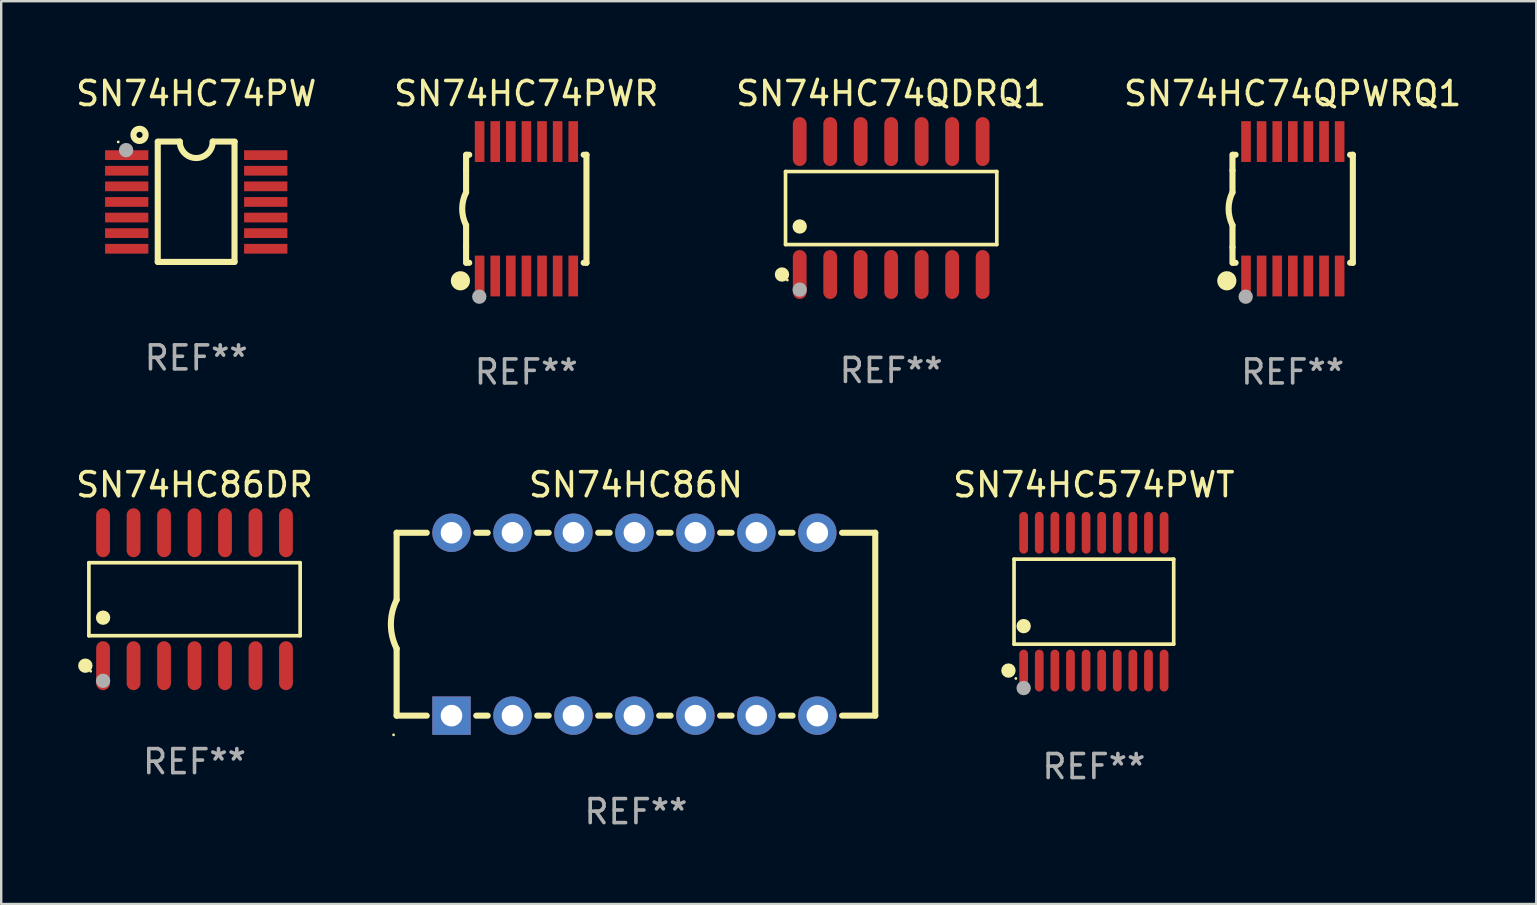
<source format=kicad_pcb>
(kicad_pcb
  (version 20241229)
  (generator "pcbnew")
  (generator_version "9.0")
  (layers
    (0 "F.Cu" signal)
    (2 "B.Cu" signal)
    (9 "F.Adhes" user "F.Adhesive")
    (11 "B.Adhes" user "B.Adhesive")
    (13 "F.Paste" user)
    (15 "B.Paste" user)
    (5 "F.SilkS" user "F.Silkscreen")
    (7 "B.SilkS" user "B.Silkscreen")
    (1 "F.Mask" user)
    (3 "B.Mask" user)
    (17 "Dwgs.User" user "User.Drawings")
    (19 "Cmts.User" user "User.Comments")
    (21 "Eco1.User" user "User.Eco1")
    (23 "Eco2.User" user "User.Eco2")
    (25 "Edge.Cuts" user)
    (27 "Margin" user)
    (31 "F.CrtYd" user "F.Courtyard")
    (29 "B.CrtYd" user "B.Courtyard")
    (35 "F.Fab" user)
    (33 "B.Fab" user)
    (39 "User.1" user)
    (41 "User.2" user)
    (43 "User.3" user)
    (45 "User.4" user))
  (footprint "SN74HC74PW"
    (layer "F.Cu")
    (at 5.125 5.355)
    (property "Reference" "SN74HC74PW" (at 0 -4.507 0) (layer "F.SilkS") (effects (font (size 1 1) (thickness 0.15))))
    (attr through_hole)
    (fp_line (start -1.603 2.507) (end -1.603 -2.494) (stroke (width 0.254) (type solid)) (layer "F.SilkS"))
    (fp_line (start -1.603 2.507) (end 1.595 2.507) (stroke (width 0.254) (type solid)) (layer "F.SilkS"))
    (fp_line (start -1.6 -2.507) (end -0.686 -2.507) (stroke (width 0.254) (type solid)) (layer "F.SilkS"))
    (fp_line (start 0.686 -2.507) (end 1.6 -2.507) (stroke (width 0.254) (type solid)) (layer "F.SilkS"))
    (fp_line (start 1.595 2.507) (end 1.595 -2.494) (stroke (width 0.254) (type solid)) (layer "F.SilkS"))
    (fp_arc (start 0.685852 -2.506998) (mid 0.000051 -1.821197) (end -0.68575 -2.506998) (stroke (width 0.254001) (type solid)) (layer "F.SilkS"))
    (fp_circle (center -3.25 -2.492) (end -3.22 -2.492) (stroke (width 0.06) (type solid)) (fill no) (layer "F.SilkS"))
    (fp_circle (center -2.362 -2.786) (end -2.108 -2.786) (stroke (width 0.254) (type solid)) (fill no) (layer "F.SilkS"))
    (fp_circle (center -2.921 -2.151) (end -2.771 -2.151) (stroke (width 0.3) (type solid)) (fill no) (layer "F.Fab"))
    (fp_text user "REF**" (at 0 6.507 0) (layer "F.Fab") (effects (font (size 1 1) (thickness 0.15))))
    (pad "1" smd rect (at -2.896 -1.942) (size 1.803 0.406) (layers "F.Cu" "F.Mask" "F.Paste"))
    (pad "2" smd rect (at -2.896 -1.292) (size 1.803 0.406) (layers "F.Cu" "F.Mask" "F.Paste"))
    (pad "3" smd rect (at -2.896 -0.642) (size 1.803 0.406) (layers "F.Cu" "F.Mask" "F.Paste"))
    (pad "4" smd rect (at -2.896 0.008) (size 1.803 0.406) (layers "F.Cu" "F.Mask" "F.Paste"))
    (pad "5" smd rect (at -2.896 0.658) (size 1.803 0.406) (layers "F.Cu" "F.Mask" "F.Paste"))
    (pad "6" smd rect (at -2.896 1.308) (size 1.803 0.406) (layers "F.Cu" "F.Mask" "F.Paste"))
    (pad "7" smd rect (at -2.896 1.958) (size 1.803 0.406) (layers "F.Cu" "F.Mask" "F.Paste"))
    (pad "8" smd rect (at 2.896 1.958) (size 1.803 0.406) (layers "F.Cu" "F.Mask" "F.Paste"))
    (pad "9" smd rect (at 2.896 1.308) (size 1.803 0.406) (layers "F.Cu" "F.Mask" "F.Paste"))
    (pad "10" smd rect (at 2.896 0.658) (size 1.803 0.406) (layers "F.Cu" "F.Mask" "F.Paste"))
    (pad "11" smd rect (at 2.896 0.008) (size 1.803 0.406) (layers "F.Cu" "F.Mask" "F.Paste"))
    (pad "12" smd rect (at 2.896 -0.642) (size 1.803 0.406) (layers "F.Cu" "F.Mask" "F.Paste"))
    (pad "13" smd rect (at 2.896 -1.292) (size 1.803 0.406) (layers "F.Cu" "F.Mask" "F.Paste"))
    (pad "14" smd rect (at 2.896 -1.942) (size 1.803 0.406) (layers "F.Cu" "F.Mask" "F.Paste")))
  (footprint "SN74HC86N"
    (layer "F.Cu")
    (at 23.444 22.955)
    (property "Reference" "SN74HC86N" (at 0 -5.81 0) (layer "F.SilkS") (effects (font (size 1 1) (thickness 0.15))))
    (attr through_hole)
    (fp_line (start -9.97 -3.81) (end -9.97 -1.016) (stroke (width 0.254) (type solid)) (layer "F.SilkS"))
    (fp_line (start -9.97 -3.81) (end -8.715 -3.81) (stroke (width 0.254) (type solid)) (layer "F.SilkS"))
    (fp_line (start -9.97 3.81) (end -9.97 1.016) (stroke (width 0.254) (type solid)) (layer "F.SilkS"))
    (fp_line (start -8.715 3.81) (end -9.97 3.81) (stroke (width 0.254) (type solid)) (layer "F.SilkS"))
    (fp_line (start -6.652 -3.81) (end -6.175 -3.81) (stroke (width 0.254) (type solid)) (layer "F.SilkS"))
    (fp_line (start -6.175 3.81) (end -6.652 3.81) (stroke (width 0.254) (type solid)) (layer "F.SilkS"))
    (fp_line (start -4.112 -3.81) (end -3.635 -3.81) (stroke (width 0.254) (type solid)) (layer "F.SilkS"))
    (fp_line (start -3.635 3.81) (end -4.112 3.81) (stroke (width 0.254) (type solid)) (layer "F.SilkS"))
    (fp_line (start -1.572 -3.81) (end -1.095 -3.81) (stroke (width 0.254) (type solid)) (layer "F.SilkS"))
    (fp_line (start -1.095 3.81) (end -1.572 3.81) (stroke (width 0.254) (type solid)) (layer "F.SilkS"))
    (fp_line (start 0.968 -3.81) (end 1.445 -3.81) (stroke (width 0.254) (type solid)) (layer "F.SilkS"))
    (fp_line (start 1.445 3.81) (end 0.968 3.81) (stroke (width 0.254) (type solid)) (layer "F.SilkS"))
    (fp_line (start 3.508 -3.81) (end 3.985 -3.81) (stroke (width 0.254) (type solid)) (layer "F.SilkS"))
    (fp_line (start 3.985 3.81) (end 3.508 3.81) (stroke (width 0.254) (type solid)) (layer "F.SilkS"))
    (fp_line (start 6.048 -3.81) (end 6.525 -3.81) (stroke (width 0.254) (type solid)) (layer "F.SilkS"))
    (fp_line (start 6.525 3.81) (end 6.048 3.81) (stroke (width 0.254) (type solid)) (layer "F.SilkS"))
    (fp_line (start 8.588 -3.81) (end 9.97 -3.81) (stroke (width 0.254) (type solid)) (layer "F.SilkS"))
    (fp_line (start 9.97 -3.81) (end 9.97 3.81) (stroke (width 0.254) (type solid)) (layer "F.SilkS"))
    (fp_line (start 9.97 3.81) (end 8.588 3.81) (stroke (width 0.254) (type solid)) (layer "F.SilkS"))
    (fp_arc (start -9.96952 1.016002) (mid -10.209366 0) (end -9.96952 -1.016002) (stroke (width 0.254001) (type solid)) (layer "F.SilkS"))
    (fp_circle (center -10.097 4.61) (end -10.067 4.61) (stroke (width 0.06) (type solid)) (fill no) (layer "F.SilkS"))
    (fp_text user "REF**" (at 0 7.81 0) (layer "F.Fab") (effects (font (size 1 1) (thickness 0.15))))
    (pad "1" thru_hole rect (at -7.684 3.81) (size 1.6 1.6) (drill 0.9) (layers "*.Cu" "*.Mask"))
    (pad "2" thru_hole circle (at -5.144 3.81) (size 1.6 1.6) (drill 0.9) (layers "*.Cu" "*.Mask"))
    (pad "3" thru_hole circle (at -2.604 3.81) (size 1.6 1.6) (drill 0.9) (layers "*.Cu" "*.Mask"))
    (pad "4" thru_hole circle (at -0.064 3.81) (size 1.6 1.6) (drill 0.9) (layers "*.Cu" "*.Mask"))
    (pad "5" thru_hole circle (at 2.477 3.81) (size 1.6 1.6) (drill 0.9) (layers "*.Cu" "*.Mask"))
    (pad "6" thru_hole circle (at 5.017 3.81) (size 1.6 1.6) (drill 0.9) (layers "*.Cu" "*.Mask"))
    (pad "7" thru_hole circle (at 7.557 3.81) (size 1.6 1.6) (drill 0.9) (layers "*.Cu" "*.Mask"))
    (pad "8" thru_hole circle (at 7.557 -3.81) (size 1.6 1.6) (drill 0.9) (layers "*.Cu" "*.Mask"))
    (pad "9" thru_hole circle (at 5.017 -3.81) (size 1.6 1.6) (drill 0.9) (layers "*.Cu" "*.Mask"))
    (pad "10" thru_hole circle (at 2.477 -3.81) (size 1.6 1.6) (drill 0.9) (layers "*.Cu" "*.Mask"))
    (pad "11" thru_hole circle (at -0.064 -3.81) (size 1.6 1.6) (drill 0.9) (layers "*.Cu" "*.Mask"))
    (pad "12" thru_hole circle (at -2.604 -3.81) (size 1.6 1.6) (drill 0.9) (layers "*.Cu" "*.Mask"))
    (pad "13" thru_hole circle (at -5.144 -3.81) (size 1.6 1.6) (drill 0.9) (layers "*.Cu" "*.Mask"))
    (pad "14" thru_hole circle (at -7.684 -3.81) (size 1.6 1.6) (drill 0.9) (layers "*.Cu" "*.Mask")))
  (footprint "SN74HC74QDRQ1"
    (layer "F.Cu")
    (at 34.077 5.617)
    (property "Reference" "SN74HC74QDRQ1" (at 0 -4.769 0) (layer "F.SilkS") (effects (font (size 1 1) (thickness 0.15))))
    (attr through_hole)
    (fp_line (start -4.401 -1.521) (end 4.401 -1.521) (stroke (width 0.152) (type solid)) (layer "F.SilkS"))
    (fp_line (start -4.401 1.521) (end -4.401 -1.521) (stroke (width 0.152) (type solid)) (layer "F.SilkS"))
    (fp_line (start 4.401 -1.521) (end 4.401 1.521) (stroke (width 0.152) (type solid)) (layer "F.SilkS"))
    (fp_line (start 4.401 1.521) (end -4.401 1.521) (stroke (width 0.152) (type solid)) (layer "F.SilkS"))
    (fp_circle (center -4.549 2.769) (end -4.399 2.769) (stroke (width 0.3) (type solid)) (fill no) (layer "F.SilkS"))
    (fp_circle (center -4.325 3) (end -4.295 3) (stroke (width 0.06) (type solid)) (fill no) (layer "F.SilkS"))
    (fp_circle (center -3.81 0.769) (end -3.66 0.769) (stroke (width 0.3) (type solid)) (fill no) (layer "F.SilkS"))
    (fp_circle (center -3.81 3.4) (end -3.66 3.4) (stroke (width 0.3) (type solid)) (fill no) (layer "F.Fab"))
    (fp_text user "REF**" (at 0 6.769 0) (layer "F.Fab") (effects (font (size 1 1) (thickness 0.15))))
    (pad "1" smd oval (at -3.81 2.769) (size 0.574 2.038) (layers "F.Cu" "F.Mask" "F.Paste"))
    (pad "2" smd oval (at -2.54 2.769) (size 0.574 2.038) (layers "F.Cu" "F.Mask" "F.Paste"))
    (pad "3" smd oval (at -1.27 2.769) (size 0.574 2.038) (layers "F.Cu" "F.Mask" "F.Paste"))
    (pad "4" smd oval (at 0 2.769) (size 0.574 2.038) (layers "F.Cu" "F.Mask" "F.Paste"))
    (pad "5" smd oval (at 1.27 2.769) (size 0.574 2.038) (layers "F.Cu" "F.Mask" "F.Paste"))
    (pad "6" smd oval (at 2.54 2.769) (size 0.574 2.038) (layers "F.Cu" "F.Mask" "F.Paste"))
    (pad "7" smd oval (at 3.81 2.769) (size 0.574 2.038) (layers "F.Cu" "F.Mask" "F.Paste"))
    (pad "8" smd oval (at 3.81 -2.769) (size 0.574 2.038) (layers "F.Cu" "F.Mask" "F.Paste"))
    (pad "9" smd oval (at 2.54 -2.769) (size 0.574 2.038) (layers "F.Cu" "F.Mask" "F.Paste"))
    (pad "10" smd oval (at 1.27 -2.769) (size 0.574 2.038) (layers "F.Cu" "F.Mask" "F.Paste"))
    (pad "11" smd oval (at 0 -2.769) (size 0.574 2.038) (layers "F.Cu" "F.Mask" "F.Paste"))
    (pad "12" smd oval (at -1.27 -2.769) (size 0.574 2.038) (layers "F.Cu" "F.Mask" "F.Paste"))
    (pad "13" smd oval (at -2.54 -2.769) (size 0.574 2.038) (layers "F.Cu" "F.Mask" "F.Paste"))
    (pad "14" smd oval (at -3.81 -2.769) (size 0.574 2.038) (layers "F.Cu" "F.Mask" "F.Paste")))
  (footprint "SN74HC74PWR"
    (layer "F.Cu")
    (at 18.875 5.648)
    (property "Reference" "SN74HC74PWR" (at 0 -4.8 0) (layer "F.SilkS") (effects (font (size 1 1) (thickness 0.15))))
    (attr through_hole)
    (fp_line (start -2.507 -1.6) (end -2.507 -2.25) (stroke (width 0.254) (type solid)) (layer "F.SilkS"))
    (fp_line (start -2.507 -0.686) (end -2.507 -1.6) (stroke (width 0.254) (type solid)) (layer "F.SilkS"))
    (fp_line (start -2.507 1.6) (end -2.507 0.686) (stroke (width 0.254) (type solid)) (layer "F.SilkS"))
    (fp_line (start -2.507 1.6) (end -2.507 2.25) (stroke (width 0.254) (type solid)) (layer "F.SilkS"))
    (fp_line (start -2.493 -2.25) (end -2.377 -2.25) (stroke (width 0.254) (type solid)) (layer "F.SilkS"))
    (fp_line (start -2.377 2.25) (end -2.493 2.25) (stroke (width 0.254) (type solid)) (layer "F.SilkS"))
    (fp_line (start 2.392 -2.25) (end 2.507 -2.25) (stroke (width 0.254) (type solid)) (layer "F.SilkS"))
    (fp_line (start 2.507 -2.25) (end 2.507 2.25) (stroke (width 0.254) (type solid)) (layer "F.SilkS"))
    (fp_line (start 2.507 2.25) (end 2.392 2.25) (stroke (width 0.254) (type solid)) (layer "F.SilkS"))
    (fp_arc (start -2.507303 0.685802) (mid -2.669199 0) (end -2.507303 -0.685801) (stroke (width 0.254001) (type solid)) (layer "F.SilkS"))
    (fp_circle (center -2.743 3) (end -2.543 3) (stroke (width 0.4) (type solid)) (fill no) (layer "F.SilkS"))
    (fp_circle (center -2.493 3.2) (end -2.463 3.2) (stroke (width 0.06) (type solid)) (fill no) (layer "F.SilkS"))
    (fp_circle (center -1.957 3.662) (end -1.807 3.662) (stroke (width 0.3) (type solid)) (fill no) (layer "F.Fab"))
    (fp_text user "REF**" (at 0 6.8 0) (layer "F.Fab") (effects (font (size 1 1) (thickness 0.15))))
    (pad "1" smd rect (at -1.943 2.8) (size 0.4 1.7) (layers "F.Cu" "F.Mask" "F.Paste"))
    (pad "2" smd rect (at -1.293 2.8) (size 0.4 1.7) (layers "F.Cu" "F.Mask" "F.Paste"))
    (pad "3" smd rect (at -0.643 2.8) (size 0.4 1.7) (layers "F.Cu" "F.Mask" "F.Paste"))
    (pad "4" smd rect (at 0.007 2.8) (size 0.4 1.7) (layers "F.Cu" "F.Mask" "F.Paste"))
    (pad "5" smd rect (at 0.657 2.8) (size 0.4 1.7) (layers "F.Cu" "F.Mask" "F.Paste"))
    (pad "6" smd rect (at 1.307 2.8) (size 0.4 1.7) (layers "F.Cu" "F.Mask" "F.Paste"))
    (pad "7" smd rect (at 1.957 2.8) (size 0.4 1.7) (layers "F.Cu" "F.Mask" "F.Paste"))
    (pad "8" smd rect (at 1.957 -2.8) (size 0.4 1.7) (layers "F.Cu" "F.Mask" "F.Paste"))
    (pad "9" smd rect (at 1.307 -2.8) (size 0.4 1.7) (layers "F.Cu" "F.Mask" "F.Paste"))
    (pad "10" smd rect (at 0.657 -2.8) (size 0.4 1.7) (layers "F.Cu" "F.Mask" "F.Paste"))
    (pad "11" smd rect (at 0.007 -2.8) (size 0.4 1.7) (layers "F.Cu" "F.Mask" "F.Paste"))
    (pad "12" smd rect (at -0.643 -2.8) (size 0.4 1.7) (layers "F.Cu" "F.Mask" "F.Paste"))
    (pad "13" smd rect (at -1.293 -2.8) (size 0.4 1.7) (layers "F.Cu" "F.Mask" "F.Paste"))
    (pad "14" smd rect (at -1.943 -2.8) (size 0.4 1.7) (layers "F.Cu" "F.Mask" "F.Paste")))
  (footprint "SN74HC74QPWRQ1"
    (layer "F.Cu")
    (at 50.804 5.648)
    (property "Reference" "SN74HC74QPWRQ1" (at 0 -4.8 0) (layer "F.SilkS") (effects (font (size 1 1) (thickness 0.15))))
    (attr through_hole)
    (fp_line (start -2.507 -1.6) (end -2.507 -2.25) (stroke (width 0.254) (type solid)) (layer "F.SilkS"))
    (fp_line (start -2.507 -0.686) (end -2.507 -1.6) (stroke (width 0.254) (type solid)) (layer "F.SilkS"))
    (fp_line (start -2.507 1.6) (end -2.507 0.686) (stroke (width 0.254) (type solid)) (layer "F.SilkS"))
    (fp_line (start -2.507 1.6) (end -2.507 2.25) (stroke (width 0.254) (type solid)) (layer "F.SilkS"))
    (fp_line (start -2.493 -2.25) (end -2.377 -2.25) (stroke (width 0.254) (type solid)) (layer "F.SilkS"))
    (fp_line (start -2.377 2.25) (end -2.493 2.25) (stroke (width 0.254) (type solid)) (layer "F.SilkS"))
    (fp_line (start 2.392 -2.25) (end 2.507 -2.25) (stroke (width 0.254) (type solid)) (layer "F.SilkS"))
    (fp_line (start 2.507 -2.25) (end 2.507 2.25) (stroke (width 0.254) (type solid)) (layer "F.SilkS"))
    (fp_line (start 2.507 2.25) (end 2.392 2.25) (stroke (width 0.254) (type solid)) (layer "F.SilkS"))
    (fp_arc (start -2.507303 0.685802) (mid -2.669199 0) (end -2.507303 -0.685801) (stroke (width 0.254001) (type solid)) (layer "F.SilkS"))
    (fp_circle (center -2.743 3) (end -2.543 3) (stroke (width 0.4) (type solid)) (fill no) (layer "F.SilkS"))
    (fp_circle (center -2.493 3.2) (end -2.463 3.2) (stroke (width 0.06) (type solid)) (fill no) (layer "F.SilkS"))
    (fp_circle (center -1.957 3.662) (end -1.807 3.662) (stroke (width 0.3) (type solid)) (fill no) (layer "F.Fab"))
    (fp_text user "REF**" (at 0 6.8 0) (layer "F.Fab") (effects (font (size 1 1) (thickness 0.15))))
    (pad "1" smd rect (at -1.943 2.8) (size 0.4 1.7) (layers "F.Cu" "F.Mask" "F.Paste"))
    (pad "2" smd rect (at -1.293 2.8) (size 0.4 1.7) (layers "F.Cu" "F.Mask" "F.Paste"))
    (pad "3" smd rect (at -0.643 2.8) (size 0.4 1.7) (layers "F.Cu" "F.Mask" "F.Paste"))
    (pad "4" smd rect (at 0.007 2.8) (size 0.4 1.7) (layers "F.Cu" "F.Mask" "F.Paste"))
    (pad "5" smd rect (at 0.657 2.8) (size 0.4 1.7) (layers "F.Cu" "F.Mask" "F.Paste"))
    (pad "6" smd rect (at 1.307 2.8) (size 0.4 1.7) (layers "F.Cu" "F.Mask" "F.Paste"))
    (pad "7" smd rect (at 1.957 2.8) (size 0.4 1.7) (layers "F.Cu" "F.Mask" "F.Paste"))
    (pad "8" smd rect (at 1.957 -2.8) (size 0.4 1.7) (layers "F.Cu" "F.Mask" "F.Paste"))
    (pad "9" smd rect (at 1.307 -2.8) (size 0.4 1.7) (layers "F.Cu" "F.Mask" "F.Paste"))
    (pad "10" smd rect (at 0.657 -2.8) (size 0.4 1.7) (layers "F.Cu" "F.Mask" "F.Paste"))
    (pad "11" smd rect (at 0.007 -2.8) (size 0.4 1.7) (layers "F.Cu" "F.Mask" "F.Paste"))
    (pad "12" smd rect (at -0.643 -2.8) (size 0.4 1.7) (layers "F.Cu" "F.Mask" "F.Paste"))
    (pad "13" smd rect (at -1.293 -2.8) (size 0.4 1.7) (layers "F.Cu" "F.Mask" "F.Paste"))
    (pad "14" smd rect (at -1.943 -2.8) (size 0.4 1.7) (layers "F.Cu" "F.Mask" "F.Paste")))
  (footprint "SN74HC86DR"
    (layer "F.Cu")
    (at 5.054 21.914)
    (property "Reference" "SN74HC86DR" (at 0 -4.769 0) (layer "F.SilkS") (effects (font (size 1 1) (thickness 0.15))))
    (attr through_hole)
    (fp_line (start -4.401 -1.521) (end 4.401 -1.521) (stroke (width 0.152) (type solid)) (layer "F.SilkS"))
    (fp_line (start -4.401 1.521) (end -4.401 -1.521) (stroke (width 0.152) (type solid)) (layer "F.SilkS"))
    (fp_line (start 4.401 -1.521) (end 4.401 1.521) (stroke (width 0.152) (type solid)) (layer "F.SilkS"))
    (fp_line (start 4.401 1.521) (end -4.401 1.521) (stroke (width 0.152) (type solid)) (layer "F.SilkS"))
    (fp_circle (center -4.549 2.769) (end -4.399 2.769) (stroke (width 0.3) (type solid)) (fill no) (layer "F.SilkS"))
    (fp_circle (center -4.325 3) (end -4.295 3) (stroke (width 0.06) (type solid)) (fill no) (layer "F.SilkS"))
    (fp_circle (center -3.81 0.769) (end -3.66 0.769) (stroke (width 0.3) (type solid)) (fill no) (layer "F.SilkS"))
    (fp_circle (center -3.81 3.4) (end -3.66 3.4) (stroke (width 0.3) (type solid)) (fill no) (layer "F.Fab"))
    (fp_text user "REF**" (at 0 6.769 0) (layer "F.Fab") (effects (font (size 1 1) (thickness 0.15))))
    (pad "1" smd oval (at -3.81 2.769) (size 0.574 2.038) (layers "F.Cu" "F.Mask" "F.Paste"))
    (pad "2" smd oval (at -2.54 2.769) (size 0.574 2.038) (layers "F.Cu" "F.Mask" "F.Paste"))
    (pad "3" smd oval (at -1.27 2.769) (size 0.574 2.038) (layers "F.Cu" "F.Mask" "F.Paste"))
    (pad "4" smd oval (at 0 2.769) (size 0.574 2.038) (layers "F.Cu" "F.Mask" "F.Paste"))
    (pad "5" smd oval (at 1.27 2.769) (size 0.574 2.038) (layers "F.Cu" "F.Mask" "F.Paste"))
    (pad "6" smd oval (at 2.54 2.769) (size 0.574 2.038) (layers "F.Cu" "F.Mask" "F.Paste"))
    (pad "7" smd oval (at 3.81 2.769) (size 0.574 2.038) (layers "F.Cu" "F.Mask" "F.Paste"))
    (pad "8" smd oval (at 3.81 -2.769) (size 0.574 2.038) (layers "F.Cu" "F.Mask" "F.Paste"))
    (pad "9" smd oval (at 2.54 -2.769) (size 0.574 2.038) (layers "F.Cu" "F.Mask" "F.Paste"))
    (pad "10" smd oval (at 1.27 -2.769) (size 0.574 2.038) (layers "F.Cu" "F.Mask" "F.Paste"))
    (pad "11" smd oval (at 0 -2.769) (size 0.574 2.038) (layers "F.Cu" "F.Mask" "F.Paste"))
    (pad "12" smd oval (at -1.27 -2.769) (size 0.574 2.038) (layers "F.Cu" "F.Mask" "F.Paste"))
    (pad "13" smd oval (at -2.54 -2.769) (size 0.574 2.038) (layers "F.Cu" "F.Mask" "F.Paste"))
    (pad "14" smd oval (at -3.81 -2.769) (size 0.574 2.038) (layers "F.Cu" "F.Mask" "F.Paste")))
  (footprint "SN74HC574PWT"
    (layer "F.Cu")
    (at 42.522 22.016)
    (property "Reference" "SN74HC574PWT" (at 0 -4.871 0) (layer "F.SilkS") (effects (font (size 1 1) (thickness 0.15))))
    (attr through_hole)
    (fp_line (start -3.326 -1.771) (end 3.326 -1.771) (stroke (width 0.152) (type solid)) (layer "F.SilkS"))
    (fp_line (start -3.326 1.771) (end -3.326 -1.771) (stroke (width 0.152) (type solid)) (layer "F.SilkS"))
    (fp_line (start 3.326 -1.771) (end 3.326 1.771) (stroke (width 0.152) (type solid)) (layer "F.SilkS"))
    (fp_line (start 3.326 1.771) (end -3.326 1.771) (stroke (width 0.152) (type solid)) (layer "F.SilkS"))
    (fp_circle (center -3.559 2.871) (end -3.409 2.871) (stroke (width 0.3) (type solid)) (fill no) (layer "F.SilkS"))
    (fp_circle (center -3.25 3.2) (end -3.22 3.2) (stroke (width 0.06) (type solid)) (fill no) (layer "F.SilkS"))
    (fp_circle (center -2.925 1.019) (end -2.775 1.019) (stroke (width 0.3) (type solid)) (fill no) (layer "F.SilkS"))
    (fp_circle (center -2.925 3.6) (end -2.775 3.6) (stroke (width 0.3) (type solid)) (fill no) (layer "F.Fab"))
    (fp_text user "REF**" (at 0 6.871 0) (layer "F.Fab") (effects (font (size 1 1) (thickness 0.15))))
    (pad "1" smd oval (at -2.925 2.871) (size 0.364 1.742) (layers "F.Cu" "F.Mask" "F.Paste"))
    (pad "2" smd oval (at -2.275 2.871) (size 0.364 1.742) (layers "F.Cu" "F.Mask" "F.Paste"))
    (pad "3" smd oval (at -1.625 2.871) (size 0.364 1.742) (layers "F.Cu" "F.Mask" "F.Paste"))
    (pad "4" smd oval (at -0.975 2.871) (size 0.364 1.742) (layers "F.Cu" "F.Mask" "F.Paste"))
    (pad "5" smd oval (at -0.325 2.871) (size 0.364 1.742) (layers "F.Cu" "F.Mask" "F.Paste"))
    (pad "6" smd oval (at 0.325 2.871) (size 0.364 1.742) (layers "F.Cu" "F.Mask" "F.Paste"))
    (pad "7" smd oval (at 0.975 2.871) (size 0.364 1.742) (layers "F.Cu" "F.Mask" "F.Paste"))
    (pad "8" smd oval (at 1.625 2.871) (size 0.364 1.742) (layers "F.Cu" "F.Mask" "F.Paste"))
    (pad "9" smd oval (at 2.275 2.871) (size 0.364 1.742) (layers "F.Cu" "F.Mask" "F.Paste"))
    (pad "10" smd oval (at 2.925 2.871) (size 0.364 1.742) (layers "F.Cu" "F.Mask" "F.Paste"))
    (pad "11" smd oval (at 2.925 -2.871) (size 0.364 1.742) (layers "F.Cu" "F.Mask" "F.Paste"))
    (pad "12" smd oval (at 2.275 -2.871) (size 0.364 1.742) (layers "F.Cu" "F.Mask" "F.Paste"))
    (pad "13" smd oval (at 1.625 -2.871) (size 0.364 1.742) (layers "F.Cu" "F.Mask" "F.Paste"))
    (pad "14" smd oval (at 0.975 -2.871) (size 0.364 1.742) (layers "F.Cu" "F.Mask" "F.Paste"))
    (pad "15" smd oval (at 0.325 -2.871) (size 0.364 1.742) (layers "F.Cu" "F.Mask" "F.Paste"))
    (pad "16" smd oval (at -0.325 -2.871) (size 0.364 1.742) (layers "F.Cu" "F.Mask" "F.Paste"))
    (pad "17" smd oval (at -0.975 -2.871) (size 0.364 1.742) (layers "F.Cu" "F.Mask" "F.Paste"))
    (pad "18" smd oval (at -1.625 -2.871) (size 0.364 1.742) (layers "F.Cu" "F.Mask" "F.Paste"))
    (pad "19" smd oval (at -2.275 -2.871) (size 0.364 1.742) (layers "F.Cu" "F.Mask" "F.Paste"))
    (pad "20" smd oval (at -2.925 -2.871) (size 0.364 1.742) (layers "F.Cu" "F.Mask" "F.Paste")))
  (gr_rect
    (start -3 -3)
    (end 60.952 34.613)
    (stroke (width 0.1) (type default))
    (fill no)
    (layer "Edge.Cuts")))
</source>
